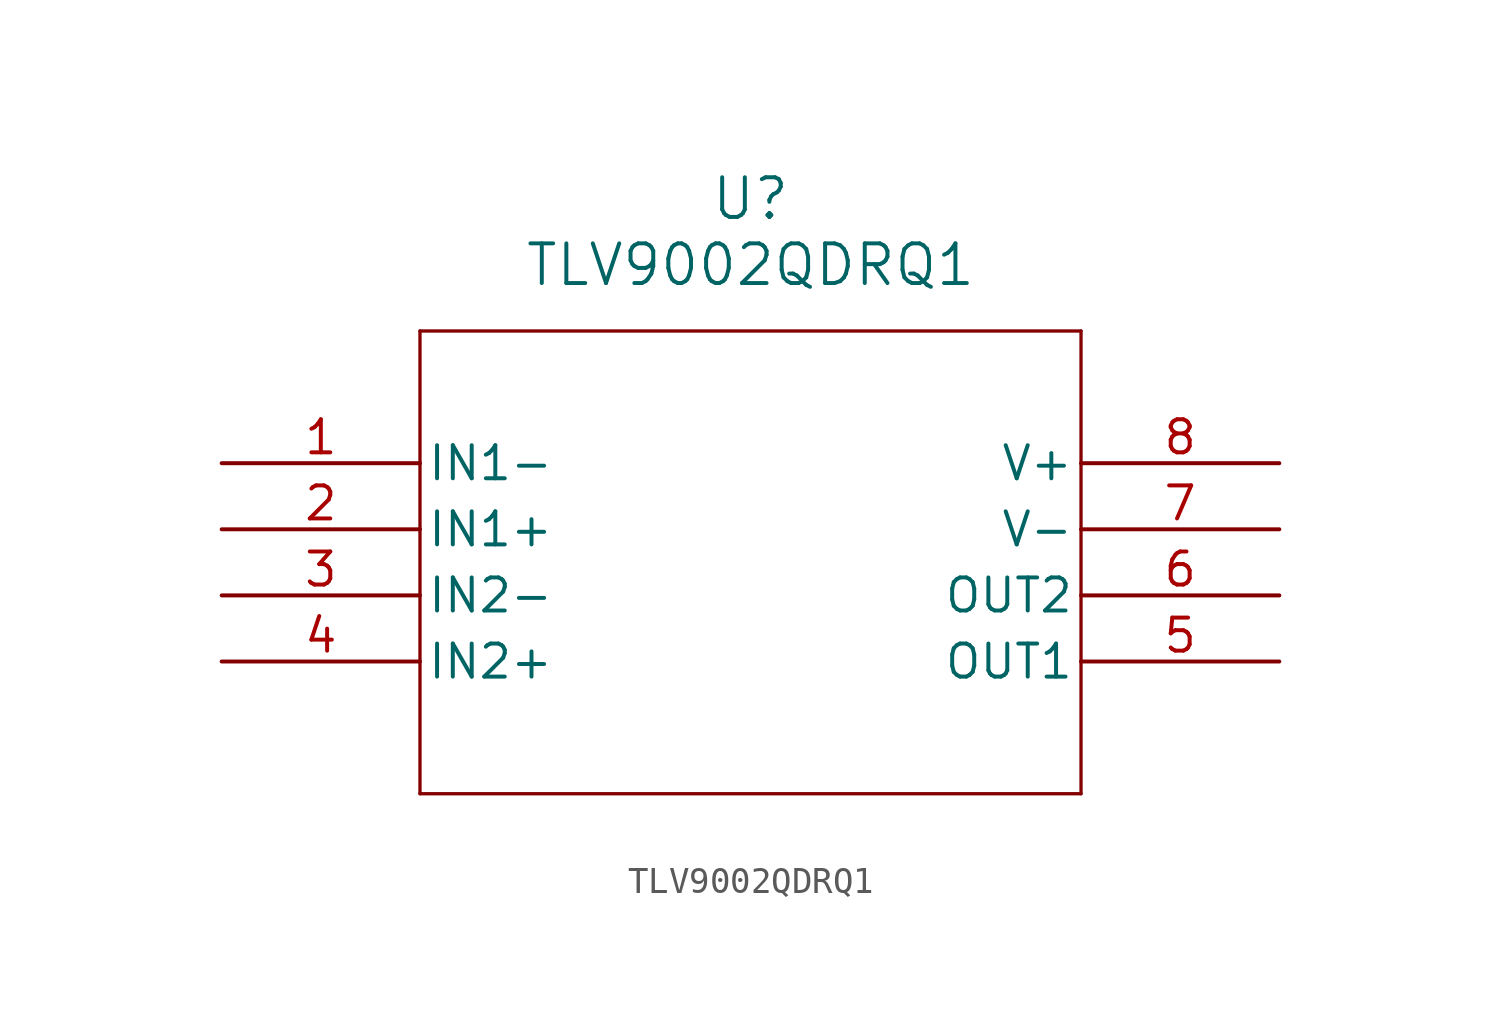
<source format=kicad_sym>
(kicad_symbol_lib
  (version 20211014)
  (generator kicad_symbol_editor)
  (symbol "TLV9002QDRQ1"
    (pin_names
      (offset 0.254))
    (property "Reference" "U"
      (at 20.32 10.16 0)
      (effects (font (size 1.524 1.524))))
    (property "Value" "TLV9002QDRQ1"
      (at 20.32 7.62 0)
      (effects (font (size 1.524 1.524))))
    (symbol "TLV9002QDRQ1_0_1"
      (polyline (pts (xy 7.62 5.08) (xy 7.62 -12.7)) (stroke (width 0.127) (type default) (color 0 0 0 0)) (fill (type none)))
      (polyline (pts (xy 7.62 -12.7) (xy 33.02 -12.7)) (stroke (width 0.127) (type default) (color 0 0 0 0)) (fill (type none)))
      (polyline (pts (xy 33.02 -12.7) (xy 33.02 5.08)) (stroke (width 0.127) (type default) (color 0 0 0 0)) (fill (type none)))
      (polyline (pts (xy 33.02 5.08) (xy 7.62 5.08)) (stroke (width 0.127) (type default) (color 0 0 0 0)) (fill (type none)))
      (pin input line (at 0 0 0) (length 7.62) (name "IN1-" (effects (font (size 1.27 1.27)))) (number "1" (effects (font (size 1.27 1.27)))))
      (pin input line (at 0 -2.54 0) (length 7.62) (name "IN1+" (effects (font (size 1.27 1.27)))) (number "2" (effects (font (size 1.27 1.27)))))
      (pin input line (at 0 -5.08 0) (length 7.62) (name "IN2-" (effects (font (size 1.27 1.27)))) (number "3" (effects (font (size 1.27 1.27)))))
      (pin input line (at 0 -7.62 0) (length 7.62) (name "IN2+" (effects (font (size 1.27 1.27)))) (number "4" (effects (font (size 1.27 1.27)))))
      (pin output line (at 40.64 -7.62 180) (length 7.62) (name "OUT1" (effects (font (size 1.27 1.27)))) (number "5" (effects (font (size 1.27 1.27)))))
      (pin output line (at 40.64 -5.08 180) (length 7.62) (name "OUT2" (effects (font (size 1.27 1.27)))) (number "6" (effects (font (size 1.27 1.27)))))
      (pin unspecified line (at 40.64 -2.54 180) (length 7.62) (name "V-" (effects (font (size 1.27 1.27)))) (number "7" (effects (font (size 1.27 1.27)))))
      (pin power_in line (at 40.64 0 180) (length 7.62) (name "V+" (effects (font (size 1.27 1.27)))) (number "8" (effects (font (size 1.27 1.27))))))))
</source>
